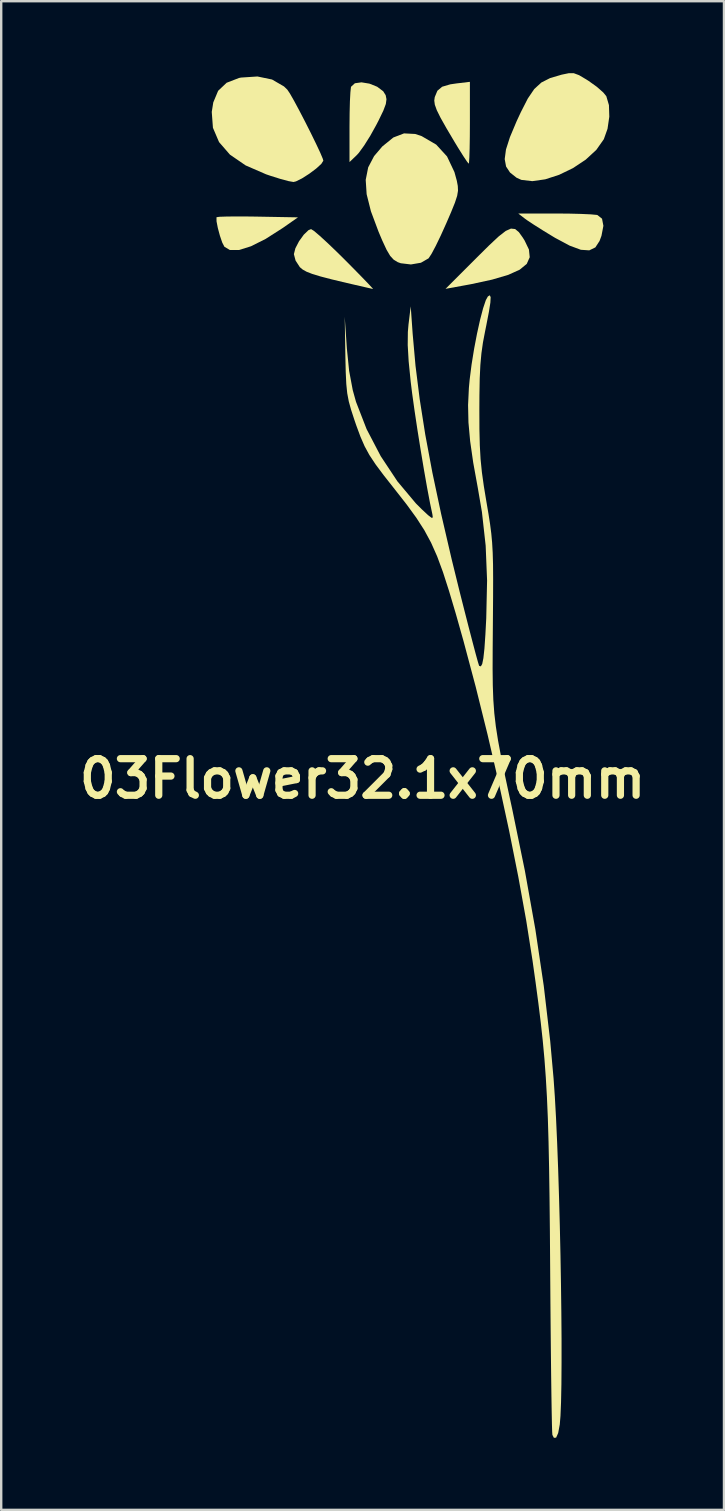
<source format=kicad_pcb>
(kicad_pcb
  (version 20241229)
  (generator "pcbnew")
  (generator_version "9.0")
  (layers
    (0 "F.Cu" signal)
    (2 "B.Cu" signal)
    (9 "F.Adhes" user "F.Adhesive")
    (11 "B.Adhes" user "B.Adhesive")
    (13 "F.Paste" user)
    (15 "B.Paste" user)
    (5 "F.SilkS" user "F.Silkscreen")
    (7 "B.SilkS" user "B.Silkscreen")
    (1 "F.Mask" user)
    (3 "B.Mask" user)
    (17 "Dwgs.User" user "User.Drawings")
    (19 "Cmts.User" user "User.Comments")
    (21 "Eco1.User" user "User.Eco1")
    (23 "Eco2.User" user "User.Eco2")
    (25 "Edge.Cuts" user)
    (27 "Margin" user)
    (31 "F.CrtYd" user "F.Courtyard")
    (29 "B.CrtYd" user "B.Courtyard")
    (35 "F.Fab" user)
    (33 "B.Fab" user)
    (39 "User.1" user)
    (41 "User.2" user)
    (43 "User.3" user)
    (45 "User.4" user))
  (footprint "03Flower32.1x70mm"
    (layer "F.Cu")
    (at 12.054 29.387)
    (property "Reference" "03Flower32.1x70mm" (at 0 0 0) (layer "F.SilkS") (effects (font (size 1.524 1.524) (thickness 0.3))))
    (attr board_only exclude_from_pos_files exclude_from_bom)
    (fp_poly (pts (xy -4.673 -23.418) (xy -4.359 -23.413) (xy -2.692 -23.383) (xy -3.335 -22.934) (xy -4.041 -22.483) (xy -4.65 -22.178) (xy -5.15 -22.022) (xy -5.528 -22.022) (xy -5.756 -22.158) (xy -5.847 -22.334) (xy -5.944 -22.62) (xy -6.03 -22.939) (xy -6.084 -23.217) (xy -6.086 -23.379) (xy -6.079 -23.39) (xy -5.958 -23.407) (xy -5.657 -23.417) (xy -5.216 -23.421)) (stroke (width 0) (type solid)) (fill yes) (layer "F.SilkS"))
    (fp_poly (pts (xy 6.355 -22.896) (xy 6.51 -22.767) (xy 6.673 -22.539) (xy 6.749 -22.418) (xy 6.929 -22.043) (xy 6.962 -21.722) (xy 6.838 -21.444) (xy 6.543 -21.202) (xy 6.067 -20.987) (xy 5.399 -20.79) (xy 4.526 -20.601) (xy 4.316 -20.562) (xy 3.455 -20.405) (xy 4.765 -21.715) (xy 5.281 -22.226) (xy 5.671 -22.59) (xy 5.962 -22.817) (xy 6.181 -22.915)) (stroke (width 0) (type solid)) (fill yes) (layer "F.SilkS"))
    (fp_poly (pts (xy 4.47 -27.323) (xy 4.467 -26.741) (xy 4.459 -26.245) (xy 4.447 -25.87) (xy 4.432 -25.655) (xy 4.422 -25.618) (xy 4.35 -25.705) (xy 4.193 -25.94) (xy 3.979 -26.281) (xy 3.836 -26.517) (xy 3.49 -27.101) (xy 3.246 -27.534) (xy 3.091 -27.847) (xy 3.009 -28.075) (xy 2.986 -28.248) (xy 3.006 -28.392) (xy 3.116 -28.657) (xy 3.314 -28.824) (xy 3.653 -28.924) (xy 3.913 -28.962) (xy 4.47 -29.028)) (stroke (width 0) (type solid)) (fill yes) (layer "F.SilkS"))
    (fp_poly (pts (xy 8.587 -23.539) (xy 9.101 -23.526) (xy 9.504 -23.508) (xy 9.751 -23.485) (xy 9.784 -23.478) (xy 9.974 -23.327) (xy 10.031 -23.03) (xy 9.951 -22.614) (xy 9.871 -22.399) (xy 9.696 -22.131) (xy 9.443 -22.008) (xy 9.092 -22.032) (xy 8.625 -22.205) (xy 8.023 -22.527) (xy 7.951 -22.57) (xy 7.521 -22.832) (xy 7.134 -23.077) (xy 6.847 -23.267) (xy 6.759 -23.331) (xy 6.486 -23.542) (xy 8.012 -23.543)) (stroke (width 0) (type solid)) (fill yes) (layer "F.SilkS"))
    (fp_poly (pts (xy 0.285 -28.953) (xy 0.608 -28.824) (xy 0.86 -28.634) (xy 0.962 -28.471) (xy 0.995 -28.303) (xy 0.968 -28.104) (xy 0.864 -27.827) (xy 0.671 -27.427) (xy 0.569 -27.23) (xy 0.32 -26.781) (xy 0.065 -26.375) (xy -0.154 -26.073) (xy -0.235 -25.983) (xy -0.545 -25.686) (xy -0.545 -27.169) (xy -0.54 -27.728) (xy -0.528 -28.218) (xy -0.508 -28.592) (xy -0.485 -28.804) (xy -0.479 -28.825) (xy -0.321 -28.969) (xy -0.046 -29.007)) (stroke (width 0) (type solid)) (fill yes) (layer "F.SilkS"))
    (fp_poly (pts (xy -2.027 -22.819) (xy -1.786 -22.615) (xy -1.45 -22.307) (xy -1.048 -21.921) (xy -0.763 -21.639) (xy -0.348 -21.221) (xy 0.002 -20.863) (xy 0.263 -20.591) (xy 0.411 -20.431) (xy 0.434 -20.398) (xy 0.297 -20.43) (xy 0.164 -20.46) (xy -0.653 -20.648) (xy -1.284 -20.799) (xy -1.756 -20.922) (xy -2.097 -21.026) (xy -2.335 -21.119) (xy -2.496 -21.209) (xy -2.61 -21.305) (xy -2.617 -21.313) (xy -2.791 -21.582) (xy -2.862 -21.85) (xy -2.8 -22.094) (xy -2.647 -22.388) (xy -2.448 -22.663) (xy -2.253 -22.85) (xy -2.146 -22.893)) (stroke (width 0) (type solid)) (fill yes) (layer "F.SilkS"))
    (fp_poly (pts (xy -3.772 -29.125) (xy -3.274 -28.836) (xy -3.135 -28.702) (xy -3.027 -28.541) (xy -2.853 -28.236) (xy -2.635 -27.83) (xy -2.395 -27.368) (xy -2.155 -26.892) (xy -1.938 -26.447) (xy -1.764 -26.077) (xy -1.658 -25.825) (xy -1.635 -25.743) (xy -1.721 -25.608) (xy -1.938 -25.411) (xy -2.226 -25.196) (xy -2.525 -25.005) (xy -2.775 -24.881) (xy -2.879 -24.856) (xy -3.083 -24.892) (xy -3.428 -24.985) (xy -3.853 -25.119) (xy -4.02 -25.176) (xy -4.871 -25.546) (xy -5.525 -25.995) (xy -5.98 -26.519) (xy -6.234 -27.114) (xy -6.283 -27.775) (xy -6.22 -28.17) (xy -6.018 -28.654) (xy -5.665 -28.989) (xy -5.148 -29.189) (xy -5.063 -29.206) (xy -4.38 -29.251)) (stroke (width 0) (type solid)) (fill yes) (layer "F.SilkS"))
    (fp_poly (pts (xy 8.799 -29.387) (xy 9.017 -29.306) (xy 9.318 -29.128) (xy 9.414 -29.067) (xy 9.751 -28.826) (xy 10.022 -28.589) (xy 10.152 -28.431) (xy 10.262 -28.058) (xy 10.277 -27.576) (xy 10.203 -27.071) (xy 10.049 -26.638) (xy 9.737 -26.195) (xy 9.295 -25.787) (xy 8.764 -25.434) (xy 8.187 -25.155) (xy 7.608 -24.967) (xy 7.069 -24.891) (xy 6.612 -24.944) (xy 6.412 -25.035) (xy 6.141 -25.251) (xy 5.977 -25.5) (xy 5.92 -25.81) (xy 5.973 -26.21) (xy 6.138 -26.725) (xy 6.415 -27.384) (xy 6.593 -27.767) (xy 6.882 -28.332) (xy 7.151 -28.729) (xy 7.446 -28.999) (xy 7.812 -29.185) (xy 8.292 -29.326) (xy 8.295 -29.327) (xy 8.585 -29.387)) (stroke (width 0) (type solid)) (fill yes) (layer "F.SilkS"))
    (fp_poly (pts (xy 2.192 -26.856) (xy 2.462 -26.766) (xy 3.067 -26.413) (xy 3.518 -25.92) (xy 3.826 -25.269) (xy 3.924 -24.913) (xy 3.966 -24.691) (xy 3.975 -24.495) (xy 3.939 -24.278) (xy 3.846 -23.993) (xy 3.685 -23.595) (xy 3.484 -23.13) (xy 3.258 -22.629) (xy 3.046 -22.19) (xy 2.869 -21.858) (xy 2.751 -21.679) (xy 2.746 -21.674) (xy 2.43 -21.492) (xy 2.013 -21.421) (xy 1.591 -21.471) (xy 1.463 -21.517) (xy 1.299 -21.616) (xy 1.152 -21.774) (xy 0.999 -22.033) (xy 0.814 -22.431) (xy 0.664 -22.787) (xy 0.347 -23.636) (xy 0.169 -24.346) (xy 0.13 -24.945) (xy 0.233 -25.465) (xy 0.479 -25.934) (xy 0.822 -26.337) (xy 1.282 -26.71) (xy 1.727 -26.881)) (stroke (width 0) (type solid)) (fill yes) (layer "F.SilkS"))
    (fp_poly (pts (xy 5.335 -20.057) (xy 5.323 -19.834) (xy 5.262 -19.446) (xy 5.151 -18.873) (xy 5.104 -18.641) (xy 5.014 -18.171) (xy 4.95 -17.718) (xy 4.906 -17.234) (xy 4.879 -16.668) (xy 4.867 -15.97) (xy 4.864 -15.371) (xy 4.867 -14.55) (xy 4.883 -13.884) (xy 4.915 -13.31) (xy 4.97 -12.764) (xy 5.051 -12.184) (xy 5.16 -11.525) (xy 5.244 -11.032) (xy 5.31 -10.609) (xy 5.36 -10.221) (xy 5.396 -9.833) (xy 5.42 -9.409) (xy 5.434 -8.916) (xy 5.438 -8.318) (xy 5.436 -7.581) (xy 5.429 -6.67) (xy 5.427 -6.401) (xy 5.419 -5.406) (xy 5.416 -4.581) (xy 5.424 -3.886) (xy 5.446 -3.28) (xy 5.487 -2.723) (xy 5.551 -2.175) (xy 5.642 -1.594) (xy 5.764 -0.941) (xy 5.922 -0.176) (xy 6.119 0.743) (xy 6.23 1.254) (xy 6.761 3.837) (xy 7.197 6.277) (xy 7.546 8.623) (xy 7.815 10.924) (xy 7.955 12.482) (xy 8.008 13.239) (xy 8.058 14.138) (xy 8.104 15.152) (xy 8.146 16.257) (xy 8.183 17.425) (xy 8.216 18.632) (xy 8.243 19.85) (xy 8.264 21.055) (xy 8.279 22.221) (xy 8.288 23.321) (xy 8.288 24.329) (xy 8.282 25.221) (xy 8.267 25.969) (xy 8.243 26.548) (xy 8.214 26.899) (xy 8.148 27.256) (xy 8.062 27.449) (xy 7.969 27.457) (xy 7.906 27.335) (xy 7.897 27.205) (xy 7.887 26.875) (xy 7.877 26.366) (xy 7.866 25.695) (xy 7.855 24.883) (xy 7.844 23.948) (xy 7.834 22.909) (xy 7.824 21.786) (xy 7.815 20.596) (xy 7.814 20.44) (xy 7.802 18.845) (xy 7.787 17.444) (xy 7.769 16.21) (xy 7.746 15.118) (xy 7.717 14.143) (xy 7.679 13.261) (xy 7.632 12.446) (xy 7.575 11.672) (xy 7.505 10.914) (xy 7.421 10.148) (xy 7.322 9.348) (xy 7.207 8.488) (xy 7.079 7.577) (xy 6.817 5.914) (xy 6.488 4.094) (xy 6.103 2.163) (xy 5.671 0.167) (xy 5.204 -1.846) (xy 4.711 -3.831) (xy 4.202 -5.741) (xy 3.884 -6.868) (xy 3.6 -7.822) (xy 3.348 -8.606) (xy 3.106 -9.261) (xy 2.854 -9.829) (xy 2.572 -10.351) (xy 2.239 -10.868) (xy 1.835 -11.423) (xy 1.339 -12.056) (xy 1.333 -12.064) (xy 0.88 -12.639) (xy 0.54 -13.095) (xy 0.283 -13.483) (xy 0.083 -13.851) (xy -0.09 -14.248) (xy -0.265 -14.722) (xy -0.339 -14.938) (xy -0.477 -15.361) (xy -0.575 -15.714) (xy -0.64 -16.056) (xy -0.679 -16.442) (xy -0.702 -16.931) (xy -0.717 -17.579) (xy -0.717 -17.606) (xy -0.744 -19.241) (xy -0.656 -17.933) (xy -0.561 -16.99) (xy -0.41 -16.186) (xy -0.274 -15.698) (xy 0.167 -14.562) (xy 0.755 -13.436) (xy 1.452 -12.384) (xy 2.22 -11.468) (xy 2.459 -11.228) (xy 2.73 -10.976) (xy 2.876 -10.865) (xy 2.925 -10.882) (xy 2.908 -11.01) (xy 2.808 -11.485) (xy 2.687 -12.126) (xy 2.554 -12.882) (xy 2.417 -13.703) (xy 2.284 -14.537) (xy 2.164 -15.335) (xy 2.065 -16.046) (xy 2.004 -16.538) (xy 1.919 -17.386) (xy 1.88 -18.062) (xy 1.886 -18.609) (xy 1.912 -18.914) (xy 2.005 -19.677) (xy 2.086 -18.532) (xy 2.204 -17.205) (xy 2.378 -15.816) (xy 2.61 -14.339) (xy 2.907 -12.751) (xy 3.273 -11.026) (xy 3.711 -9.139) (xy 4.041 -7.798) (xy 4.239 -7.017) (xy 4.421 -6.306) (xy 4.581 -5.692) (xy 4.71 -5.204) (xy 4.803 -4.867) (xy 4.852 -4.709) (xy 4.857 -4.7) (xy 4.926 -4.679) (xy 4.983 -4.779) (xy 5.032 -5.021) (xy 5.076 -5.425) (xy 5.116 -6.01) (xy 5.151 -6.682) (xy 5.186 -8.256) (xy 5.127 -9.706) (xy 4.971 -11.11) (xy 4.8 -12.111) (xy 4.609 -13.162) (xy 4.481 -14.055) (xy 4.41 -14.839) (xy 4.394 -15.563) (xy 4.428 -16.277) (xy 4.461 -16.631) (xy 4.54 -17.253) (xy 4.645 -17.902) (xy 4.766 -18.536) (xy 4.894 -19.114) (xy 5.02 -19.595) (xy 5.135 -19.937) (xy 5.22 -20.089) (xy 5.3 -20.136)) (stroke (width 0) (type solid)) (fill yes) (layer "F.SilkS")))
  (gr_rect
    (start -3 -3)
    (end 27.108 59.845)
    (stroke (width 0.1) (type default))
    (fill no)
    (layer "Edge.Cuts")))
</source>
